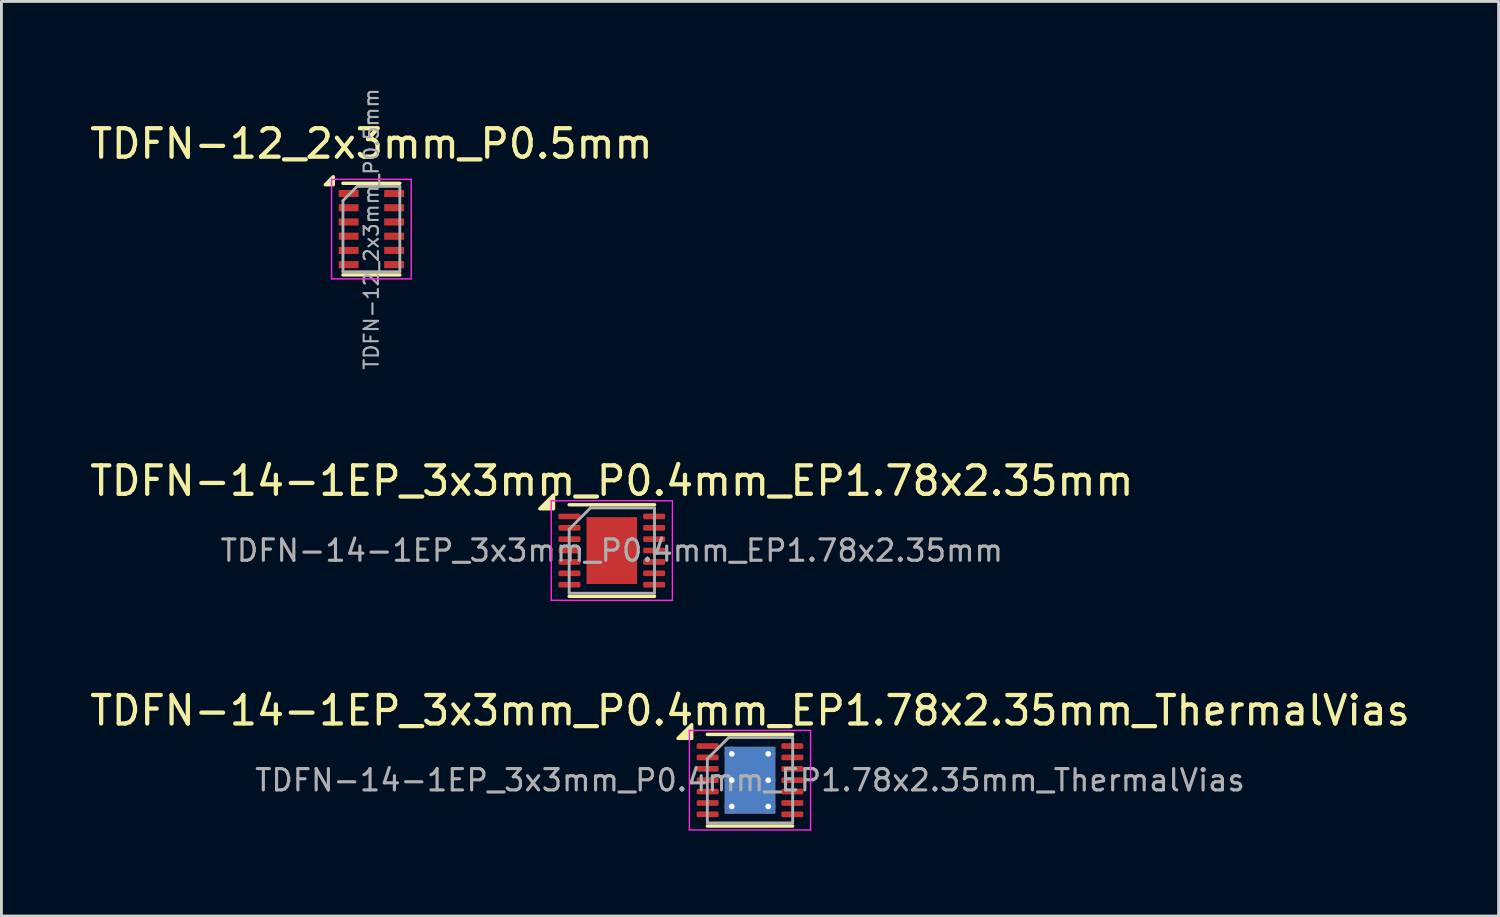
<source format=kicad_pcb>
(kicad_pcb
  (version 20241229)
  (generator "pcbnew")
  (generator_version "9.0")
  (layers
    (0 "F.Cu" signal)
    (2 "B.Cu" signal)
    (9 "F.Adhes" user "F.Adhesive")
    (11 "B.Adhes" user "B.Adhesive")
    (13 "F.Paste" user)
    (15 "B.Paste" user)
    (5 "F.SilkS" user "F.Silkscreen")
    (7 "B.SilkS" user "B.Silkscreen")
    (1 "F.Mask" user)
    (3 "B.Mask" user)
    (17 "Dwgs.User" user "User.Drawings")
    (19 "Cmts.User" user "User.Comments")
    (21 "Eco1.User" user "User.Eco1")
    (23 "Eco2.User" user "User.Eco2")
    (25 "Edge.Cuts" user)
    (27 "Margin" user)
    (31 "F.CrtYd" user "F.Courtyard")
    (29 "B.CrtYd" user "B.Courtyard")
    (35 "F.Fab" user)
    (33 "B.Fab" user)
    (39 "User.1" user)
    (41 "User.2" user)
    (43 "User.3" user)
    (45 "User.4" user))
  (footprint "TDFN-14-1EP_3x3mm_P0.4mm_EP1.78x2.35mm_ThermalVias"
    (layer "F.Cu")
    (at 23.315 24.377)
    (property "Reference" "TDFN-14-1EP_3x3mm_P0.4mm_EP1.78x2.35mm_ThermalVias" (at 0 -2.45 0) (layer "F.SilkS") (effects (font (size 1 1) (thickness 0.15))))
    (attr smd)
    (fp_line (start -1.5 -1.61) (end 1.5 -1.61) (stroke (width 0.12) (type solid)) (layer "F.SilkS"))
    (fp_line (start -1.5 1.61) (end 1.5 1.61) (stroke (width 0.12) (type solid)) (layer "F.SilkS"))
    (fp_poly (pts (xy -2.05 -1.47) (xy -2.53 -1.47) (xy -2.05 -1.95) (xy -2.05 -1.47)) (stroke (width 0.12) (type solid)) (fill yes) (layer "F.SilkS"))
    (fp_line (start -2.13 -1.75) (end -2.13 1.75) (stroke (width 0.05) (type solid)) (layer "F.CrtYd"))
    (fp_line (start -2.13 1.75) (end 2.13 1.75) (stroke (width 0.05) (type solid)) (layer "F.CrtYd"))
    (fp_line (start 2.13 -1.75) (end -2.13 -1.75) (stroke (width 0.05) (type solid)) (layer "F.CrtYd"))
    (fp_line (start 2.13 1.75) (end 2.13 -1.75) (stroke (width 0.05) (type solid)) (layer "F.CrtYd"))
    (fp_line (start -1.5 -0.75) (end -0.75 -1.5) (stroke (width 0.1) (type solid)) (layer "F.Fab"))
    (fp_line (start -1.5 1.5) (end -1.5 -0.75) (stroke (width 0.1) (type solid)) (layer "F.Fab"))
    (fp_line (start -0.75 -1.5) (end 1.5 -1.5) (stroke (width 0.1) (type solid)) (layer "F.Fab"))
    (fp_line (start 1.5 -1.5) (end 1.5 1.5) (stroke (width 0.1) (type solid)) (layer "F.Fab"))
    (fp_line (start 1.5 1.5) (end -1.5 1.5) (stroke (width 0.1) (type solid)) (layer "F.Fab"))
    (fp_text user "${REFERENCE}" (at 0 0 0) (layer "F.Fab") (effects (font (size 0.75 0.75) (thickness 0.11))))
    (pad "" smd roundrect (at -0.445 -0.59) (size 0.77 1.02) (layers "F.Paste") (roundrect_rratio 0.25))
    (pad "" smd roundrect (at -0.445 0.59) (size 0.77 1.02) (layers "F.Paste") (roundrect_rratio 0.25))
    (pad "" smd roundrect (at 0.445 -0.59) (size 0.77 1.02) (layers "F.Paste") (roundrect_rratio 0.25))
    (pad "" smd roundrect (at 0.445 0.59) (size 0.77 1.02) (layers "F.Paste") (roundrect_rratio 0.25))
    (pad "1" smd roundrect (at -1.488 -1.2) (size 0.775 0.2) (layers "F.Cu" "F.Mask" "F.Paste") (roundrect_rratio 0.25))
    (pad "2" smd roundrect (at -1.488 -0.8) (size 0.775 0.2) (layers "F.Cu" "F.Mask" "F.Paste") (roundrect_rratio 0.25))
    (pad "3" smd roundrect (at -1.488 -0.4) (size 0.775 0.2) (layers "F.Cu" "F.Mask" "F.Paste") (roundrect_rratio 0.25))
    (pad "4" smd roundrect (at -1.488 0) (size 0.775 0.2) (layers "F.Cu" "F.Mask" "F.Paste") (roundrect_rratio 0.25))
    (pad "5" smd roundrect (at -1.488 0.4) (size 0.775 0.2) (layers "F.Cu" "F.Mask" "F.Paste") (roundrect_rratio 0.25))
    (pad "6" smd roundrect (at -1.488 0.8) (size 0.775 0.2) (layers "F.Cu" "F.Mask" "F.Paste") (roundrect_rratio 0.25))
    (pad "7" smd roundrect (at -1.488 1.2) (size 0.775 0.2) (layers "F.Cu" "F.Mask" "F.Paste") (roundrect_rratio 0.25))
    (pad "8" smd roundrect (at 1.488 1.2) (size 0.775 0.2) (layers "F.Cu" "F.Mask" "F.Paste") (roundrect_rratio 0.25))
    (pad "9" smd roundrect (at 1.488 0.8) (size 0.775 0.2) (layers "F.Cu" "F.Mask" "F.Paste") (roundrect_rratio 0.25))
    (pad "10" smd roundrect (at 1.488 0.4) (size 0.775 0.2) (layers "F.Cu" "F.Mask" "F.Paste") (roundrect_rratio 0.25))
    (pad "11" smd roundrect (at 1.488 0) (size 0.775 0.2) (layers "F.Cu" "F.Mask" "F.Paste") (roundrect_rratio 0.25))
    (pad "12" smd roundrect (at 1.488 -0.4) (size 0.775 0.2) (layers "F.Cu" "F.Mask" "F.Paste") (roundrect_rratio 0.25))
    (pad "13" smd roundrect (at 1.488 -0.8) (size 0.775 0.2) (layers "F.Cu" "F.Mask" "F.Paste") (roundrect_rratio 0.25))
    (pad "14" smd roundrect (at 1.488 -1.2) (size 0.775 0.2) (layers "F.Cu" "F.Mask" "F.Paste") (roundrect_rratio 0.25))
    (pad "15" thru_hole circle (at -0.64 -0.925) (size 0.5 0.5) (drill 0.2) (property pad_prop_heatsink) (layers "*.Cu"))
    (pad "15" thru_hole circle (at -0.64 0) (size 0.5 0.5) (drill 0.2) (property pad_prop_heatsink) (layers "*.Cu"))
    (pad "15" thru_hole circle (at -0.64 0.925) (size 0.5 0.5) (drill 0.2) (property pad_prop_heatsink) (layers "*.Cu"))
    (pad "15" smd rect (at 0 0) (size 1.78 2.35) (property pad_prop_heatsink) (layers "F.Cu" "F.Mask"))
    (pad "15" smd rect (at 0 0) (size 1.78 2.35) (property pad_prop_heatsink) (layers "B.Cu"))
    (pad "15" thru_hole circle (at 0.64 -0.925) (size 0.5 0.5) (drill 0.2) (property pad_prop_heatsink) (layers "*.Cu"))
    (pad "15" thru_hole circle (at 0.64 0) (size 0.5 0.5) (drill 0.2) (property pad_prop_heatsink) (layers "*.Cu"))
    (pad "15" thru_hole circle (at 0.64 0.925) (size 0.5 0.5) (drill 0.2) (property pad_prop_heatsink) (layers "*.Cu")))
  (footprint "TDFN-14-1EP_3x3mm_P0.4mm_EP1.78x2.35mm"
    (layer "F.Cu")
    (at 18.458 16.304)
    (property "Reference" "TDFN-14-1EP_3x3mm_P0.4mm_EP1.78x2.35mm" (at 0 -2.45 0) (layer "F.SilkS") (effects (font (size 1 1) (thickness 0.15))))
    (attr smd)
    (fp_line (start -1.5 -1.61) (end 1.5 -1.61) (stroke (width 0.12) (type solid)) (layer "F.SilkS"))
    (fp_line (start -1.5 1.61) (end 1.5 1.61) (stroke (width 0.12) (type solid)) (layer "F.SilkS"))
    (fp_poly (pts (xy -2.05 -1.47) (xy -2.53 -1.47) (xy -2.05 -1.95) (xy -2.05 -1.47)) (stroke (width 0.12) (type solid)) (fill yes) (layer "F.SilkS"))
    (fp_line (start -2.13 -1.75) (end -2.13 1.75) (stroke (width 0.05) (type solid)) (layer "F.CrtYd"))
    (fp_line (start -2.13 1.75) (end 2.13 1.75) (stroke (width 0.05) (type solid)) (layer "F.CrtYd"))
    (fp_line (start 2.13 -1.75) (end -2.13 -1.75) (stroke (width 0.05) (type solid)) (layer "F.CrtYd"))
    (fp_line (start 2.13 1.75) (end 2.13 -1.75) (stroke (width 0.05) (type solid)) (layer "F.CrtYd"))
    (fp_line (start -1.5 -0.75) (end -0.75 -1.5) (stroke (width 0.1) (type solid)) (layer "F.Fab"))
    (fp_line (start -1.5 1.5) (end -1.5 -0.75) (stroke (width 0.1) (type solid)) (layer "F.Fab"))
    (fp_line (start -0.75 -1.5) (end 1.5 -1.5) (stroke (width 0.1) (type solid)) (layer "F.Fab"))
    (fp_line (start 1.5 -1.5) (end 1.5 1.5) (stroke (width 0.1) (type solid)) (layer "F.Fab"))
    (fp_line (start 1.5 1.5) (end -1.5 1.5) (stroke (width 0.1) (type solid)) (layer "F.Fab"))
    (fp_text user "${REFERENCE}" (at 0 0 0) (layer "F.Fab") (effects (font (size 0.75 0.75) (thickness 0.11))))
    (pad "" smd roundrect (at -0.445 -0.59) (size 0.72 0.95) (layers "F.Paste") (roundrect_rratio 0.25))
    (pad "" smd roundrect (at -0.445 0.59) (size 0.72 0.95) (layers "F.Paste") (roundrect_rratio 0.25))
    (pad "" smd roundrect (at 0.445 -0.59) (size 0.72 0.95) (layers "F.Paste") (roundrect_rratio 0.25))
    (pad "" smd roundrect (at 0.445 0.59) (size 0.72 0.95) (layers "F.Paste") (roundrect_rratio 0.25))
    (pad "1" smd roundrect (at -1.488 -1.2) (size 0.775 0.2) (layers "F.Cu" "F.Mask" "F.Paste") (roundrect_rratio 0.25))
    (pad "2" smd roundrect (at -1.488 -0.8) (size 0.775 0.2) (layers "F.Cu" "F.Mask" "F.Paste") (roundrect_rratio 0.25))
    (pad "3" smd roundrect (at -1.488 -0.4) (size 0.775 0.2) (layers "F.Cu" "F.Mask" "F.Paste") (roundrect_rratio 0.25))
    (pad "4" smd roundrect (at -1.488 0) (size 0.775 0.2) (layers "F.Cu" "F.Mask" "F.Paste") (roundrect_rratio 0.25))
    (pad "5" smd roundrect (at -1.488 0.4) (size 0.775 0.2) (layers "F.Cu" "F.Mask" "F.Paste") (roundrect_rratio 0.25))
    (pad "6" smd roundrect (at -1.488 0.8) (size 0.775 0.2) (layers "F.Cu" "F.Mask" "F.Paste") (roundrect_rratio 0.25))
    (pad "7" smd roundrect (at -1.488 1.2) (size 0.775 0.2) (layers "F.Cu" "F.Mask" "F.Paste") (roundrect_rratio 0.25))
    (pad "8" smd roundrect (at 1.488 1.2) (size 0.775 0.2) (layers "F.Cu" "F.Mask" "F.Paste") (roundrect_rratio 0.25))
    (pad "9" smd roundrect (at 1.488 0.8) (size 0.775 0.2) (layers "F.Cu" "F.Mask" "F.Paste") (roundrect_rratio 0.25))
    (pad "10" smd roundrect (at 1.488 0.4) (size 0.775 0.2) (layers "F.Cu" "F.Mask" "F.Paste") (roundrect_rratio 0.25))
    (pad "11" smd roundrect (at 1.488 0) (size 0.775 0.2) (layers "F.Cu" "F.Mask" "F.Paste") (roundrect_rratio 0.25))
    (pad "12" smd roundrect (at 1.488 -0.4) (size 0.775 0.2) (layers "F.Cu" "F.Mask" "F.Paste") (roundrect_rratio 0.25))
    (pad "13" smd roundrect (at 1.488 -0.8) (size 0.775 0.2) (layers "F.Cu" "F.Mask" "F.Paste") (roundrect_rratio 0.25))
    (pad "14" smd roundrect (at 1.488 -1.2) (size 0.775 0.2) (layers "F.Cu" "F.Mask" "F.Paste") (roundrect_rratio 0.25))
    (pad "15" smd rect (at 0 0) (size 1.78 2.35) (property pad_prop_heatsink) (layers "F.Cu" "F.Mask")))
  (footprint "TDFN-12_2x3mm_P0.5mm"
    (layer "F.Cu")
    (at 10.006 5.003)
    (property "Reference" "TDFN-12_2x3mm_P0.5mm" (at 0 -3 0) (layer "F.SilkS") (effects (font (size 1 1) (thickness 0.15))))
    (attr smd)
    (fp_line (start 1 -1.61) (end -1 -1.61) (stroke (width 0.12) (type solid)) (layer "F.SilkS"))
    (fp_line (start 1 1.61) (end -1 1.61) (stroke (width 0.12) (type solid)) (layer "F.SilkS"))
    (fp_poly (pts (xy -1.34 -1.56) (xy -1.62 -1.56) (xy -1.34 -1.84) (xy -1.34 -1.56)) (stroke (width 0.12) (type solid)) (fill yes) (layer "F.SilkS"))
    (fp_line (start -1.4 -1.75) (end -1.4 1.75) (stroke (width 0.05) (type solid)) (layer "F.CrtYd"))
    (fp_line (start -1.4 1.75) (end 1.4 1.75) (stroke (width 0.05) (type solid)) (layer "F.CrtYd"))
    (fp_line (start 1.4 -1.75) (end -1.4 -1.75) (stroke (width 0.05) (type solid)) (layer "F.CrtYd"))
    (fp_line (start 1.4 1.75) (end 1.4 -1.75) (stroke (width 0.05) (type solid)) (layer "F.CrtYd"))
    (fp_line (start -1 1.5) (end -1 -1) (stroke (width 0.1) (type solid)) (layer "F.Fab"))
    (fp_line (start -0.5 -1.5) (end -1 -1) (stroke (width 0.1) (type solid)) (layer "F.Fab"))
    (fp_line (start -0.5 -1.5) (end 1 -1.5) (stroke (width 0.1) (type solid)) (layer "F.Fab"))
    (fp_line (start 1 -1.5) (end 1 1.5) (stroke (width 0.1) (type solid)) (layer "F.Fab"))
    (fp_line (start 1 1.5) (end -1 1.5) (stroke (width 0.1) (type solid)) (layer "F.Fab"))
    (fp_text user "${REFERENCE}" (at 0 0 90) (layer "F.Fab") (effects (font (size 0.5 0.5) (thickness 0.075))))
    (pad "1" smd rect (at -0.8 -1.25) (size 0.7 0.25) (layers "F.Cu" "F.Mask" "F.Paste"))
    (pad "2" smd rect (at -0.8 -0.75) (size 0.7 0.25) (layers "F.Cu" "F.Mask" "F.Paste"))
    (pad "3" smd rect (at -0.8 -0.25) (size 0.7 0.25) (layers "F.Cu" "F.Mask" "F.Paste"))
    (pad "4" smd rect (at -0.8 0.25) (size 0.7 0.25) (layers "F.Cu" "F.Mask" "F.Paste"))
    (pad "5" smd rect (at -0.8 0.75) (size 0.7 0.25) (layers "F.Cu" "F.Mask" "F.Paste"))
    (pad "6" smd rect (at -0.8 1.25) (size 0.7 0.25) (layers "F.Cu" "F.Mask" "F.Paste"))
    (pad "7" smd rect (at 0.8 1.25) (size 0.7 0.25) (layers "F.Cu" "F.Mask" "F.Paste"))
    (pad "8" smd rect (at 0.8 0.75) (size 0.7 0.25) (layers "F.Cu" "F.Mask" "F.Paste"))
    (pad "9" smd rect (at 0.8 0.25) (size 0.7 0.25) (layers "F.Cu" "F.Mask" "F.Paste"))
    (pad "10" smd rect (at 0.8 -0.25) (size 0.7 0.25) (layers "F.Cu" "F.Mask" "F.Paste"))
    (pad "11" smd rect (at 0.8 -0.75) (size 0.7 0.25) (layers "F.Cu" "F.Mask" "F.Paste"))
    (pad "12" smd rect (at 0.8 -1.25) (size 0.7 0.25) (layers "F.Cu" "F.Mask" "F.Paste")))
  (gr_rect
    (start -3 -3)
    (end 49.631 29.152)
    (stroke (width 0.1) (type default))
    (fill no)
    (layer "Edge.Cuts")))
</source>
